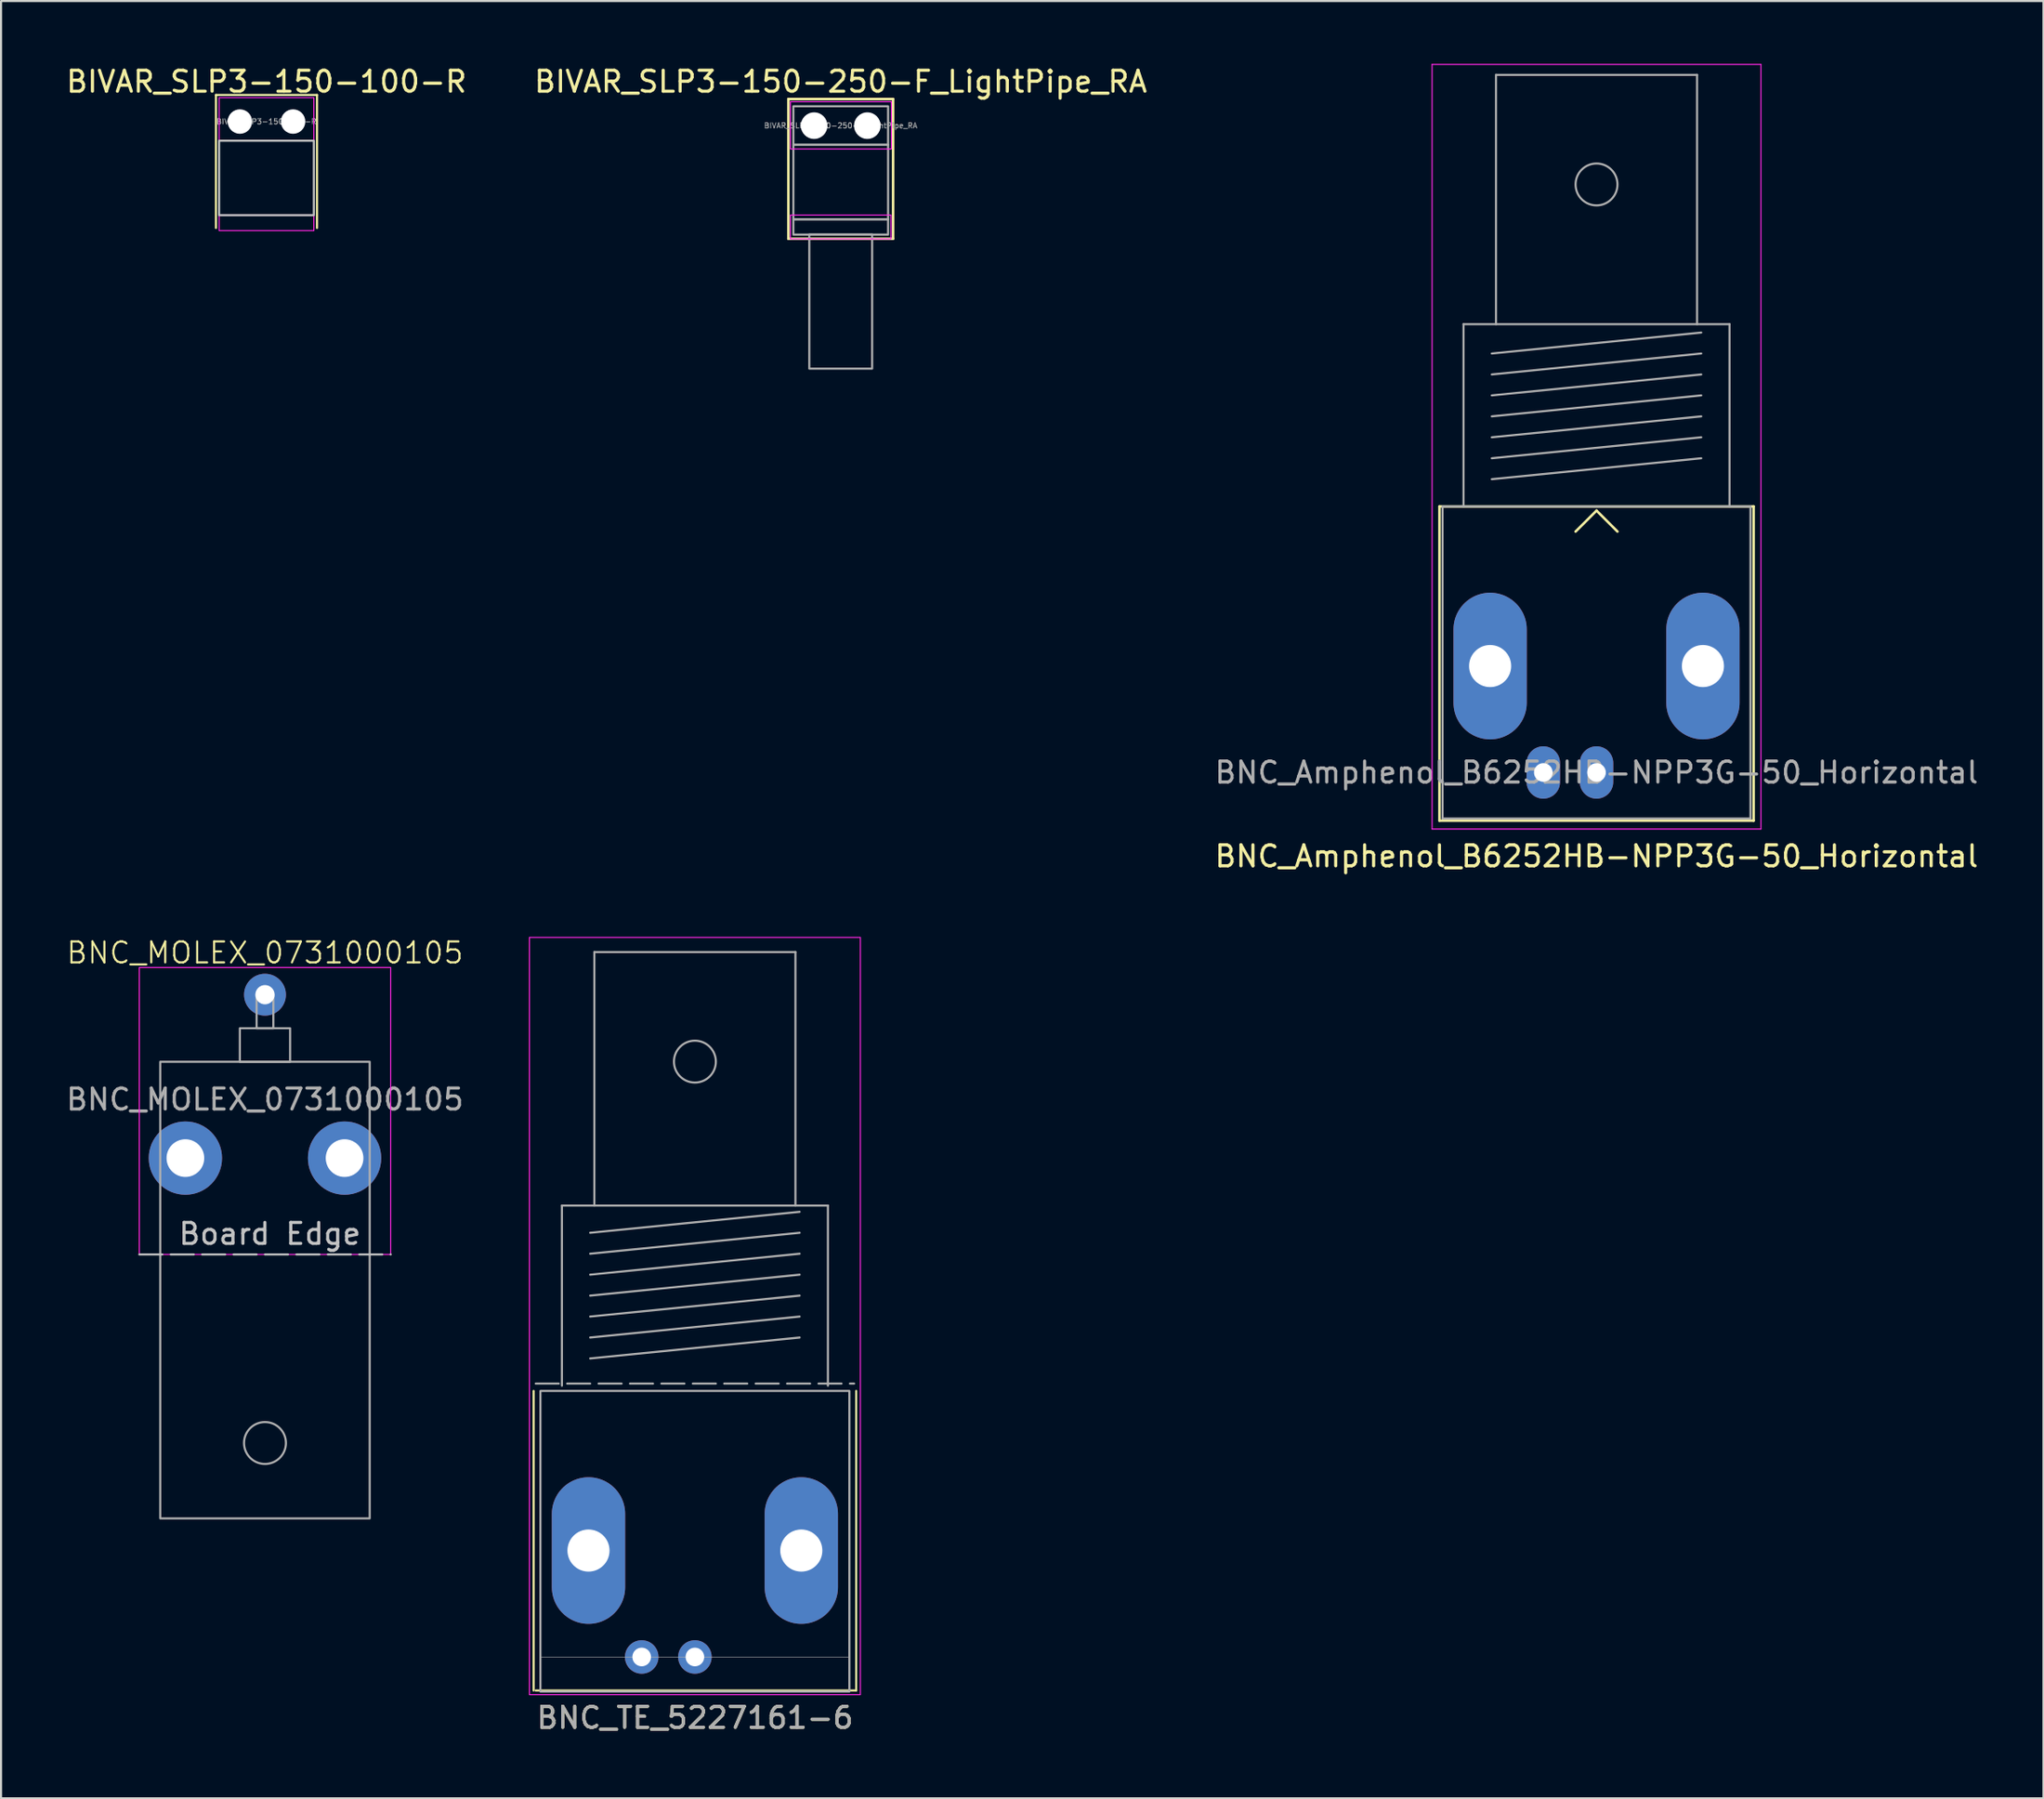
<source format=kicad_pcb>
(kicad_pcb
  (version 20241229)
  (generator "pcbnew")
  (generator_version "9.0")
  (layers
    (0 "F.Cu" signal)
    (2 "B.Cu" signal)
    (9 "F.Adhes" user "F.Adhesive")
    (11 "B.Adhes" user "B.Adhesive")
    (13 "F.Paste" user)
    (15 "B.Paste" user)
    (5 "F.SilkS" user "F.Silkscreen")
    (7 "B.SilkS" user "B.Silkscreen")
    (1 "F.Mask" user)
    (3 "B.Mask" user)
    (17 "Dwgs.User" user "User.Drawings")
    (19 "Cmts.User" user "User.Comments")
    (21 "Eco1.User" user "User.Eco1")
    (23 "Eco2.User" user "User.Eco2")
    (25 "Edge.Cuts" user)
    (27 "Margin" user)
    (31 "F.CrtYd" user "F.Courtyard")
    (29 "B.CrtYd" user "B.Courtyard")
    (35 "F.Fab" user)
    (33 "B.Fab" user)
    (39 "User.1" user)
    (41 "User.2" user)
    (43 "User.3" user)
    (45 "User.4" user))
  (footprint "BNC_Amphenol_B6252HB-NPP3G-50_Horizontal"
    (layer "F.Cu")
    (at 73.173 33.825)
    (property "Reference" "BNC_Amphenol_B6252HB-NPP3G-50_Horizontal" (at 0 4 0) (layer "F.SilkS") (effects (font (size 1 1) (thickness 0.15))))
    (attr through_hole)
    (fp_line (start -7.5 -12.7) (end 7.5 -12.7) (stroke (width 0.12) (type solid)) (layer "F.SilkS"))
    (fp_line (start -7.5 2.3) (end -7.5 -12.7) (stroke (width 0.12) (type solid)) (layer "F.SilkS"))
    (fp_line (start 0 -12.5) (end -1 -11.5) (stroke (width 0.12) (type solid)) (layer "F.SilkS"))
    (fp_line (start 0 -12.5) (end 1 -11.5) (stroke (width 0.12) (type solid)) (layer "F.SilkS"))
    (fp_line (start 7.5 -12.7) (end 7.5 2.3) (stroke (width 0.12) (type solid)) (layer "F.SilkS"))
    (fp_line (start 7.5 2.3) (end -7.5 2.3) (stroke (width 0.12) (type solid)) (layer "F.SilkS"))
    (fp_line (start -7.85 2.7) (end -7.85 -33.8) (stroke (width 0.05) (type solid)) (layer "F.CrtYd"))
    (fp_line (start -7.85 2.7) (end 7.85 2.7) (stroke (width 0.05) (type solid)) (layer "F.CrtYd"))
    (fp_line (start 7.85 -33.8) (end -7.85 -33.8) (stroke (width 0.05) (type solid)) (layer "F.CrtYd"))
    (fp_line (start 7.85 2.7) (end 7.85 -33.8) (stroke (width 0.05) (type solid)) (layer "F.CrtYd"))
    (fp_line (start -7.35 -12.7) (end -7.35 2.2) (stroke (width 0.1) (type solid)) (layer "F.Fab"))
    (fp_line (start -7.35 2.2) (end 7.35 2.2) (stroke (width 0.1) (type solid)) (layer "F.Fab"))
    (fp_line (start -6.35 -21.4) (end -6.35 -12.7) (stroke (width 0.1) (type solid)) (layer "F.Fab"))
    (fp_line (start -5 -20) (end 5 -21) (stroke (width 0.1) (type solid)) (layer "F.Fab"))
    (fp_line (start -5 -19) (end 5 -20) (stroke (width 0.1) (type solid)) (layer "F.Fab"))
    (fp_line (start -5 -18) (end 5 -19) (stroke (width 0.1) (type solid)) (layer "F.Fab"))
    (fp_line (start -5 -17) (end 5 -18) (stroke (width 0.1) (type solid)) (layer "F.Fab"))
    (fp_line (start -5 -16) (end 5 -17) (stroke (width 0.1) (type solid)) (layer "F.Fab"))
    (fp_line (start -5 -15) (end 5 -16) (stroke (width 0.1) (type solid)) (layer "F.Fab"))
    (fp_line (start -5 -14) (end 5 -15) (stroke (width 0.1) (type solid)) (layer "F.Fab"))
    (fp_line (start -4.8 -33.3) (end -4.8 -21.4) (stroke (width 0.1) (type solid)) (layer "F.Fab"))
    (fp_line (start 4.8 -33.3) (end -4.8 -33.3) (stroke (width 0.1) (type solid)) (layer "F.Fab"))
    (fp_line (start 4.8 -21.4) (end 4.8 -33.3) (stroke (width 0.1) (type solid)) (layer "F.Fab"))
    (fp_line (start 6.35 -21.4) (end -6.35 -21.4) (stroke (width 0.1) (type solid)) (layer "F.Fab"))
    (fp_line (start 6.35 -12.7) (end 6.35 -21.4) (stroke (width 0.1) (type solid)) (layer "F.Fab"))
    (fp_line (start 7.35 -12.7) (end -7.35 -12.7) (stroke (width 0.1) (type solid)) (layer "F.Fab"))
    (fp_line (start 7.35 2.2) (end 7.35 -12.7) (stroke (width 0.1) (type solid)) (layer "F.Fab"))
    (fp_circle (center 0 -28.07) (end 1 -28.07) (stroke (width 0.1) (type solid)) (fill no) (layer "F.Fab"))
    (fp_text user "${REFERENCE}" (at 0 0 0) (layer "F.Fab") (effects (font (size 1 1) (thickness 0.15))))
    (pad "1" thru_hole oval (at 0 0) (size 1.6 2.5) (drill 0.89) (layers "*.Cu" "*.Mask"))
    (pad "2" thru_hole oval (at -5.08 -5.08) (size 3.5 7) (drill 2.01) (layers "*.Cu" "*.Mask"))
    (pad "2" thru_hole oval (at -2.54 0) (size 1.6 2.5) (drill 0.89) (layers "*.Cu" "*.Mask"))
    (pad "2" thru_hole oval (at 5.08 -5.08) (size 3.5 7) (drill 2.01) (layers "*.Cu" "*.Mask")))
  (footprint "BIVAR_SLP3-150-250-F_LightPipe_RA"
    (layer "F.Cu")
    (at 37.089 2.948)
    (property "Reference" "BIVAR_SLP3-150-250-F_LightPipe_RA" (at 0 -2.1 0) (unlocked yes) (layer "F.SilkS") (effects (font (size 1 1) (thickness 0.15))))
    (attr smd)
    (fp_line (start -2.5 -1.27) (end 2.5 -1.27) (stroke (width 0.12) (type default)) (layer "F.SilkS"))
    (fp_line (start -2.5 5.4) (end -2.5 -1.27) (stroke (width 0.12) (type default)) (layer "F.SilkS"))
    (fp_line (start -2.5 5.4) (end 2.5 5.4) (stroke (width 0.12) (type default)) (layer "F.SilkS"))
    (fp_line (start 2.5 -1.27) (end 2.5 5.4) (stroke (width 0.12) (type default)) (layer "F.SilkS"))
    (fp_rect (start -2.4 -1.143) (end 2.421 1.114) (stroke (width 0.05) (type default)) (fill no) (layer "F.CrtYd"))
    (fp_rect (start -2.4 4.27) (end 2.4 5.407) (stroke (width 0.05) (type default)) (fill no) (layer "F.CrtYd"))
    (fp_rect (start -2.261 -0.925) (end 2.261 0.914) (stroke (width 0.1) (type default)) (fill no) (layer "F.Fab"))
    (fp_rect (start -2.261 0.914) (end 2.261 4.47) (stroke (width 0.1) (type default)) (fill no) (layer "F.Fab"))
    (fp_rect (start -2.261 4.47) (end 2.261 5.2) (stroke (width 0.1) (type default)) (fill no) (layer "F.Fab"))
    (fp_rect (start -1.5 5.2) (end 1.5 11.6) (stroke (width 0.1) (type default)) (fill no) (layer "F.Fab"))
    (fp_text user "${REFERENCE}" (at 0 0 0) (unlocked yes) (layer "F.Fab") (effects (font (size 0.25 0.25) (thickness 0.04))))
    (pad "" np_thru_hole circle (at -1.27 0) (size 1.27 1.27) (drill 1.27) (layers "*.Cu" "*.Mask"))
    (pad "" np_thru_hole circle (at 1.27 0) (size 1.27 1.27) (drill 1.27) (layers "*.Cu" "*.Mask")))
  (footprint "BNC_MOLEX_0731000105"
    (layer "F.Cu")
    (at 9.601 52.234)
    (property "Reference" "BNC_MOLEX_0731000105" (at 0 -9.8 0) (unlocked yes) (layer "F.SilkS") (effects (font (size 1 1) (thickness 0.1))))
    (attr through_hole)
    (fp_line (start -6 4.6) (end 6 4.6) (stroke (width 0.1) (type dash)) (layer "Dwgs.User"))
    (fp_rect (start -6 -9.1) (end 6 4.6) (stroke (width 0.05) (type default)) (fill no) (layer "F.CrtYd"))
    (fp_rect (start -5 -4.6) (end 5 17.2) (stroke (width 0.1) (type default)) (fill no) (layer "F.Fab"))
    (fp_rect (start -1.2 -6.2) (end 1.2 -4.6) (stroke (width 0.1) (type default)) (fill no) (layer "F.Fab"))
    (fp_rect (start -0.4 -7.8) (end 0.4 -6.2) (stroke (width 0.1) (type default)) (fill no) (layer "F.Fab"))
    (fp_circle (center 0 13.6) (end 0 14.6) (stroke (width 0.1) (type default)) (fill no) (layer "F.Fab"))
    (fp_text user "Board Edge" (at -4.2 4.2 0) (unlocked yes) (layer "Dwgs.User") (effects (font (size 1 1) (thickness 0.15)) (justify left bottom)))
    (fp_text user "${REFERENCE}" (at 0 -2.8 0) (unlocked yes) (layer "F.Fab") (effects (font (size 1 1) (thickness 0.15))))
    (pad "1" thru_hole circle (at 0 -7.8) (size 2 2) (drill 0.92) (layers "*.Cu" "*.Mask"))
    (pad "2" thru_hole circle (at -3.8 0) (size 3.5 3.5) (drill 1.8) (layers "*.Cu" "*.Mask"))
    (pad "2" thru_hole circle (at 3.8 0) (size 3.5 3.5) (drill 1.8) (layers "*.Cu" "*.Mask")))
  (footprint "BNC_TE_5227161-6"
    (layer "F.Cu")
    (at 30.127 76.048)
    (property "Reference" "BNC_TE_5227161-6" (at 0 2.9 0) (unlocked yes) (layer "F.SilkS") (effects (font (size 1 1) (thickness 0.15))))
    (attr through_hole)
    (fp_line (start -7.7 1.6) (end -7.7 -12.7) (stroke (width 0.1) (type default)) (layer "F.SilkS"))
    (fp_line (start 7.7 -12.7) (end 7.7 1.6) (stroke (width 0.1) (type default)) (layer "F.SilkS"))
    (fp_line (start 7.7 1.6) (end -7.6 1.6) (stroke (width 0.1) (type default)) (layer "F.SilkS"))
    (fp_rect (start -7.9 -34.35) (end 7.9 1.8) (stroke (width 0.05) (type default)) (fill no) (layer "F.CrtYd"))
    (fp_line (start -7.6 -13.05) (end 7.6 -13.05) (stroke (width 0.1) (type dash)) (layer "F.Fab"))
    (fp_line (start -7.379 0) (end 7.379 0) (stroke (width 0.025) (type solid)) (layer "F.Fab"))
    (fp_line (start -6.35 -21.55) (end -6.35 -12.95) (stroke (width 0.1) (type solid)) (layer "F.Fab"))
    (fp_line (start -5 -20.25) (end 5 -21.25) (stroke (width 0.1) (type solid)) (layer "F.Fab"))
    (fp_line (start -5 -19.25) (end 5 -20.25) (stroke (width 0.1) (type solid)) (layer "F.Fab"))
    (fp_line (start -5 -18.25) (end 5 -19.25) (stroke (width 0.1) (type solid)) (layer "F.Fab"))
    (fp_line (start -5 -17.25) (end 5 -18.25) (stroke (width 0.1) (type solid)) (layer "F.Fab"))
    (fp_line (start -5 -16.25) (end 5 -17.25) (stroke (width 0.1) (type solid)) (layer "F.Fab"))
    (fp_line (start -5 -15.25) (end 5 -16.25) (stroke (width 0.1) (type solid)) (layer "F.Fab"))
    (fp_line (start -5 -14.25) (end 5 -15.25) (stroke (width 0.1) (type solid)) (layer "F.Fab"))
    (fp_line (start -4.8 -33.65) (end -4.8 -21.55) (stroke (width 0.1) (type solid)) (layer "F.Fab"))
    (fp_line (start 4.8 -33.65) (end -4.8 -33.65) (stroke (width 0.1) (type solid)) (layer "F.Fab"))
    (fp_line (start 4.8 -21.55) (end 4.8 -33.65) (stroke (width 0.1) (type solid)) (layer "F.Fab"))
    (fp_line (start 6.35 -21.55) (end -6.35 -21.55) (stroke (width 0.1) (type solid)) (layer "F.Fab"))
    (fp_line (start 6.35 -12.95) (end 6.35 -21.55) (stroke (width 0.1) (type solid)) (layer "F.Fab"))
    (fp_rect (start -7.375 -12.7) (end 7.375 1.65) (stroke (width 0.1) (type default)) (fill no) (layer "F.Fab"))
    (fp_circle (center 0 -28.42) (end 1 -28.42) (stroke (width 0.1) (type solid)) (fill no) (layer "F.Fab"))
    (fp_text user "${REFERENCE}" (at 0 2.9 0) (unlocked yes) (layer "F.Fab") (effects (font (size 1 1) (thickness 0.15))))
    (pad "" thru_hole oval (at -5.08 -5.08) (size 3.5 7) (drill 2.01) (layers "*.Cu" "*.Mask"))
    (pad "" thru_hole oval (at 5.08 -5.08) (size 3.5 7) (drill 2.01) (layers "*.Cu" "*.Mask"))
    (pad "1" thru_hole circle (at 0 0) (size 1.6 1.6) (drill 0.89) (layers "*.Cu" "*.Mask"))
    (pad "2" thru_hole circle (at -2.54 0) (size 1.6 1.6) (drill 0.89) (layers "*.Cu" "*.Mask")))
  (footprint "BIVAR_SLP3-150-100-R"
    (layer "F.Cu")
    (at 9.673 2.753)
    (property "Reference" "BIVAR_SLP3-150-100-R" (at 0 -1.905 0) (unlocked yes) (layer "F.SilkS") (effects (font (size 1 1) (thickness 0.15))))
    (attr smd)
    (fp_line (start -2.413 -1.27) (end 2.413 -1.27) (stroke (width 0.1) (type default)) (layer "F.SilkS"))
    (fp_line (start -2.413 5.08) (end -2.413 -1.27) (stroke (width 0.1) (type default)) (layer "F.SilkS"))
    (fp_line (start 2.413 -1.27) (end 2.413 5.08) (stroke (width 0.1) (type default)) (layer "F.SilkS"))
    (fp_rect (start -2.261 0.914) (end 2.261 4.47) (stroke (width 0.1) (type default)) (fill no) (layer "Dwgs.User"))
    (fp_rect (start -2.261 -1.143) (end 2.261 0.914) (stroke (width 0.05) (type default)) (fill no) (layer "F.CrtYd"))
    (fp_rect (start -2.261 4.47) (end 2.261 5.207) (stroke (width 0.05) (type default)) (fill no) (layer "F.CrtYd"))
    (fp_text user "${REFERENCE}" (at 0 0 0) (unlocked yes) (layer "F.Fab") (effects (font (size 0.25 0.25) (thickness 0.04))))
    (pad "" np_thru_hole circle (at -1.27 0) (size 1.168 1.168) (drill 1.168) (layers "*.Cu" "*.Mask"))
    (pad "" np_thru_hole circle (at 1.27 0) (size 1.168 1.168) (drill 1.168) (layers "*.Cu" "*.Mask")))
  (gr_rect
    (start -3 -3)
    (end 94.512 82.796)
    (stroke (width 0.1) (type default))
    (fill no)
    (layer "Edge.Cuts")))
</source>
